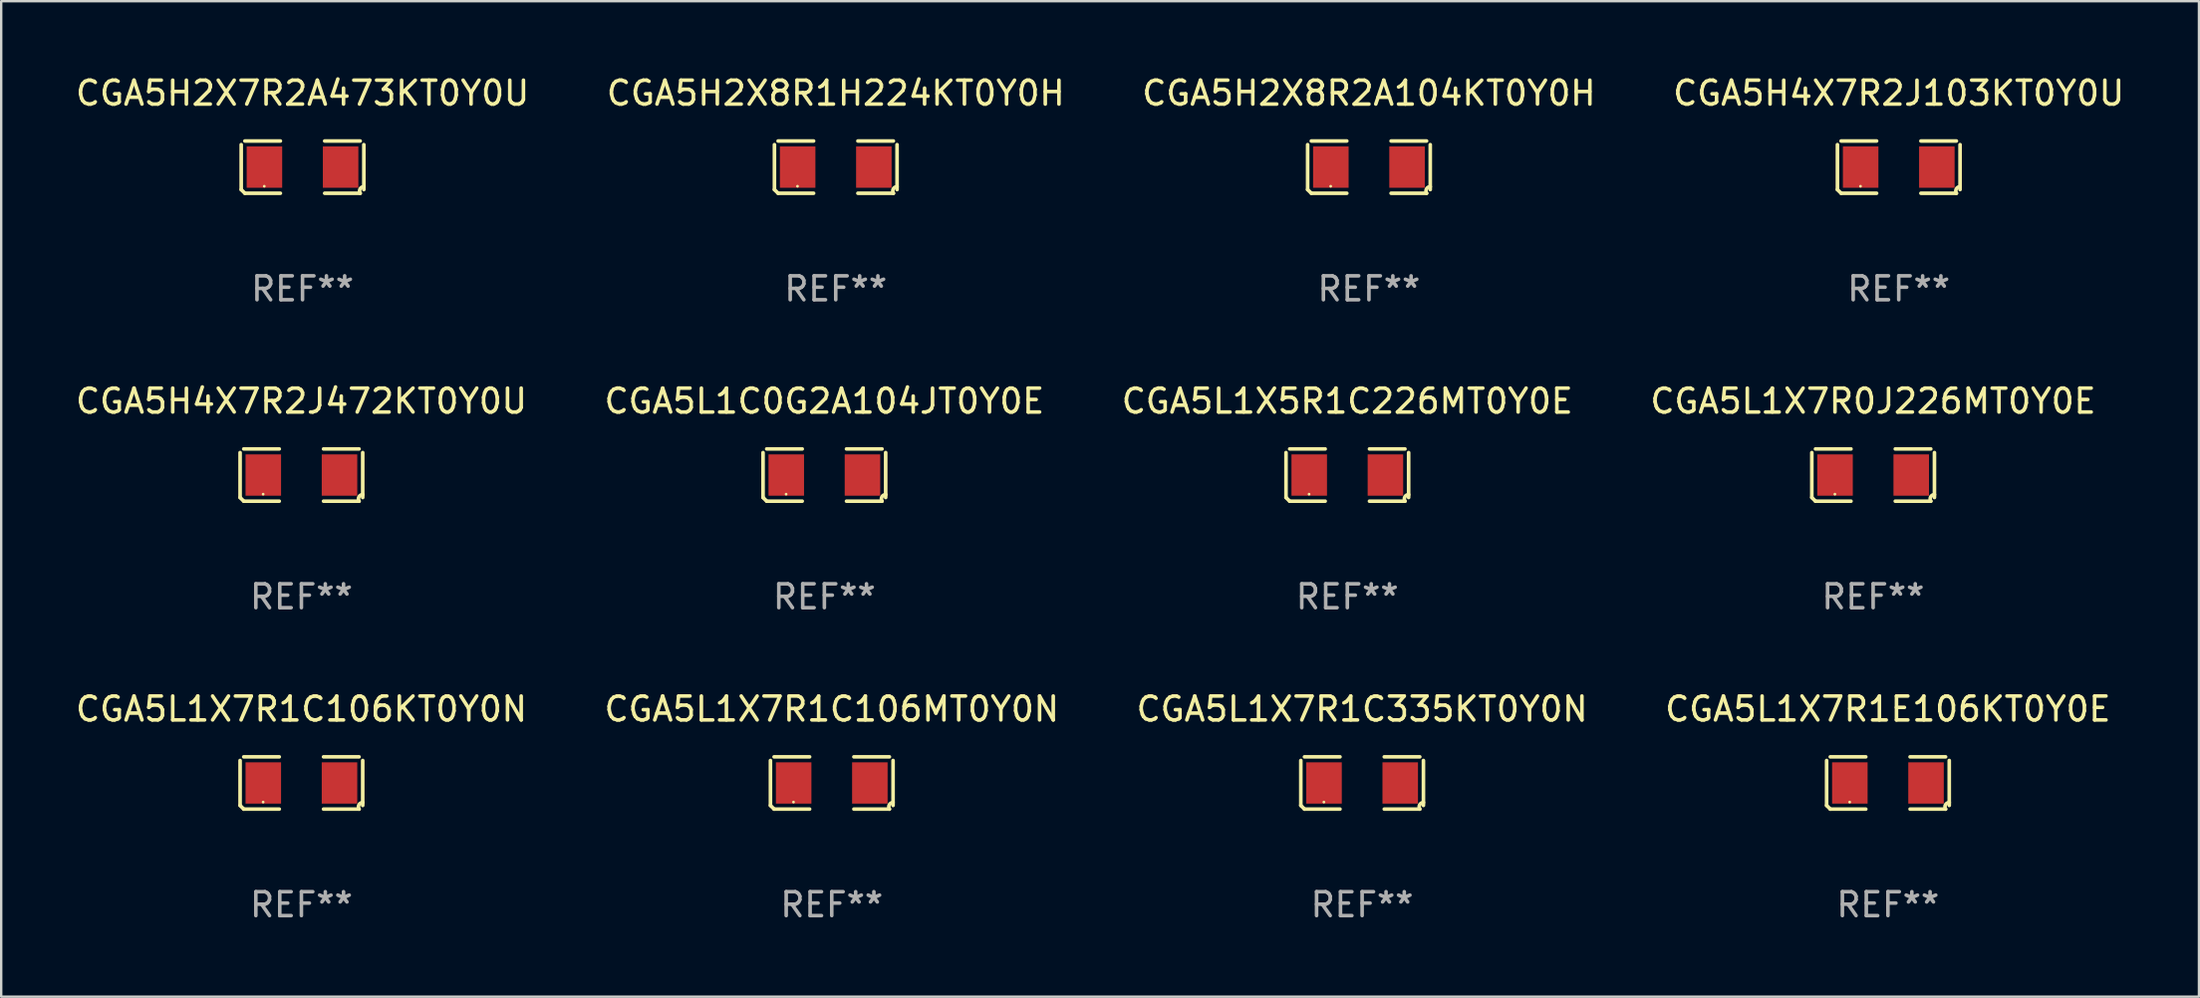
<source format=kicad_pcb>
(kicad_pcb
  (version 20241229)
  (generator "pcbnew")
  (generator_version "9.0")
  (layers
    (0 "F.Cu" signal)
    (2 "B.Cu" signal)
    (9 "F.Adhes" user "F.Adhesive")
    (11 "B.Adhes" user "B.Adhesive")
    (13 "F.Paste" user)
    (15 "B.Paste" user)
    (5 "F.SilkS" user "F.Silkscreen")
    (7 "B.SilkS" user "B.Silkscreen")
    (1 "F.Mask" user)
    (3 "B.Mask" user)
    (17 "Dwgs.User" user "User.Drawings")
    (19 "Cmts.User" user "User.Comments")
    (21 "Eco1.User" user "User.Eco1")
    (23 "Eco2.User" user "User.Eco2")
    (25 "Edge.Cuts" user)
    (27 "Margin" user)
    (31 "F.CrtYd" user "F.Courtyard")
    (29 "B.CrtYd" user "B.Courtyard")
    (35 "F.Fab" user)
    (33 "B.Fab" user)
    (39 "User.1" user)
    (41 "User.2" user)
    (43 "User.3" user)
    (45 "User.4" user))
  (footprint "CGA5H2X7R2A473KT0Y0U"
    (layer "F.Cu")
    (at 9.601 3.941)
    (property "Reference" "CGA5H2X7R2A473KT0Y0U" (at 0 -3.093 0) (layer "F.SilkS") (effects (font (size 1 1) (thickness 0.15))))
    (attr through_hole)
    (fp_line (start -2.564 0.94) (end -2.564 -0.94) (stroke (width 0.152) (type solid)) (layer "F.SilkS"))
    (fp_line (start -2.411 -1.093) (end -0.926 -1.093) (stroke (width 0.152) (type solid)) (layer "F.SilkS"))
    (fp_line (start -0.926 1.093) (end -2.411 1.093) (stroke (width 0.152) (type solid)) (layer "F.SilkS"))
    (fp_line (start 0.926 1.093) (end 2.411 1.093) (stroke (width 0.152) (type solid)) (layer "F.SilkS"))
    (fp_line (start 2.411 -1.093) (end 0.926 -1.093) (stroke (width 0.152) (type solid)) (layer "F.SilkS"))
    (fp_line (start 2.564 0.94) (end 2.564 -0.94) (stroke (width 0.152) (type solid)) (layer "F.SilkS"))
    (fp_arc (start -2.411201 1.092609) (mid -2.487413 1.01642) (end -2.563602 0.940208) (stroke (width 0.1524) (type solid)) (layer "F.SilkS"))
    (fp_arc (start 2.411201 1.092609) (mid 2.407159 0.911226) (end 2.563602 0.819347) (stroke (width 0.1524) (type solid)) (layer "F.SilkS"))
    (fp_circle (center -1.6 0.8) (end -1.57 0.8) (stroke (width 0.06) (type solid)) (fill no) (layer "F.SilkS"))
    (fp_text user "REF**" (at 0 5.093 0) (layer "F.Fab") (effects (font (size 1 1) (thickness 0.15))))
    (pad "1" smd rect (at -1.593 0) (size 1.485 1.728) (layers "F.Cu" "F.Mask" "F.Paste"))
    (pad "2" smd rect (at 1.593 0) (size 1.485 1.728) (layers "F.Cu" "F.Mask" "F.Paste")))
  (footprint "CGA5L1X7R1E106KT0Y0E"
    (layer "F.Cu")
    (at 75.899 29.704)
    (property "Reference" "CGA5L1X7R1E106KT0Y0E" (at 0 -3.093 0) (layer "F.SilkS") (effects (font (size 1 1) (thickness 0.15))))
    (attr through_hole)
    (fp_line (start -2.564 0.94) (end -2.564 -0.94) (stroke (width 0.152) (type solid)) (layer "F.SilkS"))
    (fp_line (start -2.411 -1.093) (end -0.926 -1.093) (stroke (width 0.152) (type solid)) (layer "F.SilkS"))
    (fp_line (start -0.926 1.093) (end -2.411 1.093) (stroke (width 0.152) (type solid)) (layer "F.SilkS"))
    (fp_line (start 0.926 1.093) (end 2.411 1.093) (stroke (width 0.152) (type solid)) (layer "F.SilkS"))
    (fp_line (start 2.411 -1.093) (end 0.926 -1.093) (stroke (width 0.152) (type solid)) (layer "F.SilkS"))
    (fp_line (start 2.564 0.94) (end 2.564 -0.94) (stroke (width 0.152) (type solid)) (layer "F.SilkS"))
    (fp_arc (start -2.411201 1.092609) (mid -2.487413 1.01642) (end -2.563602 0.940208) (stroke (width 0.1524) (type solid)) (layer "F.SilkS"))
    (fp_arc (start 2.411201 1.092609) (mid 2.407159 0.911226) (end 2.563602 0.819347) (stroke (width 0.1524) (type solid)) (layer "F.SilkS"))
    (fp_circle (center -1.6 0.8) (end -1.57 0.8) (stroke (width 0.06) (type solid)) (fill no) (layer "F.SilkS"))
    (fp_text user "REF**" (at 0 5.093 0) (layer "F.Fab") (effects (font (size 1 1) (thickness 0.15))))
    (pad "1" smd rect (at -1.593 0) (size 1.485 1.728) (layers "F.Cu" "F.Mask" "F.Paste"))
    (pad "2" smd rect (at 1.593 0) (size 1.485 1.728) (layers "F.Cu" "F.Mask" "F.Paste")))
  (footprint "CGA5H2X8R1H224KT0Y0H"
    (layer "F.Cu")
    (at 31.899 3.941)
    (property "Reference" "CGA5H2X8R1H224KT0Y0H" (at 0 -3.093 0) (layer "F.SilkS") (effects (font (size 1 1) (thickness 0.15))))
    (attr through_hole)
    (fp_line (start -2.564 0.94) (end -2.564 -0.94) (stroke (width 0.152) (type solid)) (layer "F.SilkS"))
    (fp_line (start -2.411 -1.093) (end -0.926 -1.093) (stroke (width 0.152) (type solid)) (layer "F.SilkS"))
    (fp_line (start -0.926 1.093) (end -2.411 1.093) (stroke (width 0.152) (type solid)) (layer "F.SilkS"))
    (fp_line (start 0.926 1.093) (end 2.411 1.093) (stroke (width 0.152) (type solid)) (layer "F.SilkS"))
    (fp_line (start 2.411 -1.093) (end 0.926 -1.093) (stroke (width 0.152) (type solid)) (layer "F.SilkS"))
    (fp_line (start 2.564 0.94) (end 2.564 -0.94) (stroke (width 0.152) (type solid)) (layer "F.SilkS"))
    (fp_arc (start -2.411201 1.092609) (mid -2.487413 1.01642) (end -2.563602 0.940208) (stroke (width 0.1524) (type solid)) (layer "F.SilkS"))
    (fp_arc (start 2.411201 1.092609) (mid 2.407159 0.911226) (end 2.563602 0.819347) (stroke (width 0.1524) (type solid)) (layer "F.SilkS"))
    (fp_circle (center -1.6 0.8) (end -1.57 0.8) (stroke (width 0.06) (type solid)) (fill no) (layer "F.SilkS"))
    (fp_text user "REF**" (at 0 5.093 0) (layer "F.Fab") (effects (font (size 1 1) (thickness 0.15))))
    (pad "1" smd rect (at -1.593 0) (size 1.485 1.728) (layers "F.Cu" "F.Mask" "F.Paste"))
    (pad "2" smd rect (at 1.593 0) (size 1.485 1.728) (layers "F.Cu" "F.Mask" "F.Paste")))
  (footprint "CGA5L1C0G2A104JT0Y0E"
    (layer "F.Cu")
    (at 31.423 16.823)
    (property "Reference" "CGA5L1C0G2A104JT0Y0E" (at 0 -3.093 0) (layer "F.SilkS") (effects (font (size 1 1) (thickness 0.15))))
    (attr through_hole)
    (fp_line (start -2.564 0.94) (end -2.564 -0.94) (stroke (width 0.152) (type solid)) (layer "F.SilkS"))
    (fp_line (start -2.411 -1.093) (end -0.926 -1.093) (stroke (width 0.152) (type solid)) (layer "F.SilkS"))
    (fp_line (start -0.926 1.093) (end -2.411 1.093) (stroke (width 0.152) (type solid)) (layer "F.SilkS"))
    (fp_line (start 0.926 1.093) (end 2.411 1.093) (stroke (width 0.152) (type solid)) (layer "F.SilkS"))
    (fp_line (start 2.411 -1.093) (end 0.926 -1.093) (stroke (width 0.152) (type solid)) (layer "F.SilkS"))
    (fp_line (start 2.564 0.94) (end 2.564 -0.94) (stroke (width 0.152) (type solid)) (layer "F.SilkS"))
    (fp_arc (start -2.411201 1.092609) (mid -2.487413 1.01642) (end -2.563602 0.940208) (stroke (width 0.1524) (type solid)) (layer "F.SilkS"))
    (fp_arc (start 2.411201 1.092609) (mid 2.407159 0.911226) (end 2.563602 0.819347) (stroke (width 0.1524) (type solid)) (layer "F.SilkS"))
    (fp_circle (center -1.6 0.8) (end -1.57 0.8) (stroke (width 0.06) (type solid)) (fill no) (layer "F.SilkS"))
    (fp_text user "REF**" (at 0 5.093 0) (layer "F.Fab") (effects (font (size 1 1) (thickness 0.15))))
    (pad "1" smd rect (at -1.593 0) (size 1.485 1.728) (layers "F.Cu" "F.Mask" "F.Paste"))
    (pad "2" smd rect (at 1.593 0) (size 1.485 1.728) (layers "F.Cu" "F.Mask" "F.Paste")))
  (footprint "CGA5L1X7R1C106KT0Y0N"
    (layer "F.Cu")
    (at 9.554 29.704)
    (property "Reference" "CGA5L1X7R1C106KT0Y0N" (at 0 -3.093 0) (layer "F.SilkS") (effects (font (size 1 1) (thickness 0.15))))
    (attr through_hole)
    (fp_line (start -2.564 0.94) (end -2.564 -0.94) (stroke (width 0.152) (type solid)) (layer "F.SilkS"))
    (fp_line (start -2.411 -1.093) (end -0.926 -1.093) (stroke (width 0.152) (type solid)) (layer "F.SilkS"))
    (fp_line (start -0.926 1.093) (end -2.411 1.093) (stroke (width 0.152) (type solid)) (layer "F.SilkS"))
    (fp_line (start 0.926 1.093) (end 2.411 1.093) (stroke (width 0.152) (type solid)) (layer "F.SilkS"))
    (fp_line (start 2.411 -1.093) (end 0.926 -1.093) (stroke (width 0.152) (type solid)) (layer "F.SilkS"))
    (fp_line (start 2.564 0.94) (end 2.564 -0.94) (stroke (width 0.152) (type solid)) (layer "F.SilkS"))
    (fp_arc (start -2.411201 1.092609) (mid -2.487413 1.01642) (end -2.563602 0.940208) (stroke (width 0.1524) (type solid)) (layer "F.SilkS"))
    (fp_arc (start 2.411201 1.092609) (mid 2.407159 0.911226) (end 2.563602 0.819347) (stroke (width 0.1524) (type solid)) (layer "F.SilkS"))
    (fp_circle (center -1.6 0.8) (end -1.57 0.8) (stroke (width 0.06) (type solid)) (fill no) (layer "F.SilkS"))
    (fp_text user "REF**" (at 0 5.093 0) (layer "F.Fab") (effects (font (size 1 1) (thickness 0.15))))
    (pad "1" smd rect (at -1.593 0) (size 1.485 1.728) (layers "F.Cu" "F.Mask" "F.Paste"))
    (pad "2" smd rect (at 1.593 0) (size 1.485 1.728) (layers "F.Cu" "F.Mask" "F.Paste")))
  (footprint "CGA5H4X7R2J103KT0Y0U"
    (layer "F.Cu")
    (at 76.351 3.941)
    (property "Reference" "CGA5H4X7R2J103KT0Y0U" (at 0 -3.093 0) (layer "F.SilkS") (effects (font (size 1 1) (thickness 0.15))))
    (attr through_hole)
    (fp_line (start -2.564 0.94) (end -2.564 -0.94) (stroke (width 0.152) (type solid)) (layer "F.SilkS"))
    (fp_line (start -2.411 -1.093) (end -0.926 -1.093) (stroke (width 0.152) (type solid)) (layer "F.SilkS"))
    (fp_line (start -0.926 1.093) (end -2.411 1.093) (stroke (width 0.152) (type solid)) (layer "F.SilkS"))
    (fp_line (start 0.926 1.093) (end 2.411 1.093) (stroke (width 0.152) (type solid)) (layer "F.SilkS"))
    (fp_line (start 2.411 -1.093) (end 0.926 -1.093) (stroke (width 0.152) (type solid)) (layer "F.SilkS"))
    (fp_line (start 2.564 0.94) (end 2.564 -0.94) (stroke (width 0.152) (type solid)) (layer "F.SilkS"))
    (fp_arc (start -2.411201 1.092609) (mid -2.487413 1.01642) (end -2.563602 0.940208) (stroke (width 0.1524) (type solid)) (layer "F.SilkS"))
    (fp_arc (start 2.411201 1.092609) (mid 2.407159 0.911226) (end 2.563602 0.819347) (stroke (width 0.1524) (type solid)) (layer "F.SilkS"))
    (fp_circle (center -1.6 0.8) (end -1.57 0.8) (stroke (width 0.06) (type solid)) (fill no) (layer "F.SilkS"))
    (fp_text user "REF**" (at 0 5.093 0) (layer "F.Fab") (effects (font (size 1 1) (thickness 0.15))))
    (pad "1" smd rect (at -1.593 0) (size 1.485 1.728) (layers "F.Cu" "F.Mask" "F.Paste"))
    (pad "2" smd rect (at 1.593 0) (size 1.485 1.728) (layers "F.Cu" "F.Mask" "F.Paste")))
  (footprint "CGA5L1X5R1C226MT0Y0E"
    (layer "F.Cu")
    (at 53.292 16.823)
    (property "Reference" "CGA5L1X5R1C226MT0Y0E" (at 0 -3.093 0) (layer "F.SilkS") (effects (font (size 1 1) (thickness 0.15))))
    (attr through_hole)
    (fp_line (start -2.564 0.94) (end -2.564 -0.94) (stroke (width 0.152) (type solid)) (layer "F.SilkS"))
    (fp_line (start -2.411 -1.093) (end -0.926 -1.093) (stroke (width 0.152) (type solid)) (layer "F.SilkS"))
    (fp_line (start -0.926 1.093) (end -2.411 1.093) (stroke (width 0.152) (type solid)) (layer "F.SilkS"))
    (fp_line (start 0.926 1.093) (end 2.411 1.093) (stroke (width 0.152) (type solid)) (layer "F.SilkS"))
    (fp_line (start 2.411 -1.093) (end 0.926 -1.093) (stroke (width 0.152) (type solid)) (layer "F.SilkS"))
    (fp_line (start 2.564 0.94) (end 2.564 -0.94) (stroke (width 0.152) (type solid)) (layer "F.SilkS"))
    (fp_arc (start -2.411201 1.092609) (mid -2.487413 1.01642) (end -2.563602 0.940208) (stroke (width 0.1524) (type solid)) (layer "F.SilkS"))
    (fp_arc (start 2.411201 1.092609) (mid 2.407159 0.911226) (end 2.563602 0.819347) (stroke (width 0.1524) (type solid)) (layer "F.SilkS"))
    (fp_circle (center -1.6 0.8) (end -1.57 0.8) (stroke (width 0.06) (type solid)) (fill no) (layer "F.SilkS"))
    (fp_text user "REF**" (at 0 5.093 0) (layer "F.Fab") (effects (font (size 1 1) (thickness 0.15))))
    (pad "1" smd rect (at -1.593 0) (size 1.485 1.728) (layers "F.Cu" "F.Mask" "F.Paste"))
    (pad "2" smd rect (at 1.593 0) (size 1.485 1.728) (layers "F.Cu" "F.Mask" "F.Paste")))
  (footprint "CGA5H4X7R2J472KT0Y0U"
    (layer "F.Cu")
    (at 9.554 16.823)
    (property "Reference" "CGA5H4X7R2J472KT0Y0U" (at 0 -3.093 0) (layer "F.SilkS") (effects (font (size 1 1) (thickness 0.15))))
    (attr through_hole)
    (fp_line (start -2.564 0.94) (end -2.564 -0.94) (stroke (width 0.152) (type solid)) (layer "F.SilkS"))
    (fp_line (start -2.411 -1.093) (end -0.926 -1.093) (stroke (width 0.152) (type solid)) (layer "F.SilkS"))
    (fp_line (start -0.926 1.093) (end -2.411 1.093) (stroke (width 0.152) (type solid)) (layer "F.SilkS"))
    (fp_line (start 0.926 1.093) (end 2.411 1.093) (stroke (width 0.152) (type solid)) (layer "F.SilkS"))
    (fp_line (start 2.411 -1.093) (end 0.926 -1.093) (stroke (width 0.152) (type solid)) (layer "F.SilkS"))
    (fp_line (start 2.564 0.94) (end 2.564 -0.94) (stroke (width 0.152) (type solid)) (layer "F.SilkS"))
    (fp_arc (start -2.411201 1.092609) (mid -2.487413 1.01642) (end -2.563602 0.940208) (stroke (width 0.1524) (type solid)) (layer "F.SilkS"))
    (fp_arc (start 2.411201 1.092609) (mid 2.407159 0.911226) (end 2.563602 0.819347) (stroke (width 0.1524) (type solid)) (layer "F.SilkS"))
    (fp_circle (center -1.6 0.8) (end -1.57 0.8) (stroke (width 0.06) (type solid)) (fill no) (layer "F.SilkS"))
    (fp_text user "REF**" (at 0 5.093 0) (layer "F.Fab") (effects (font (size 1 1) (thickness 0.15))))
    (pad "1" smd rect (at -1.593 0) (size 1.485 1.728) (layers "F.Cu" "F.Mask" "F.Paste"))
    (pad "2" smd rect (at 1.593 0) (size 1.485 1.728) (layers "F.Cu" "F.Mask" "F.Paste")))
  (footprint "CGA5L1X7R1C335KT0Y0N"
    (layer "F.Cu")
    (at 53.911 29.704)
    (property "Reference" "CGA5L1X7R1C335KT0Y0N" (at 0 -3.093 0) (layer "F.SilkS") (effects (font (size 1 1) (thickness 0.15))))
    (attr through_hole)
    (fp_line (start -2.564 0.94) (end -2.564 -0.94) (stroke (width 0.152) (type solid)) (layer "F.SilkS"))
    (fp_line (start -2.411 -1.093) (end -0.926 -1.093) (stroke (width 0.152) (type solid)) (layer "F.SilkS"))
    (fp_line (start -0.926 1.093) (end -2.411 1.093) (stroke (width 0.152) (type solid)) (layer "F.SilkS"))
    (fp_line (start 0.926 1.093) (end 2.411 1.093) (stroke (width 0.152) (type solid)) (layer "F.SilkS"))
    (fp_line (start 2.411 -1.093) (end 0.926 -1.093) (stroke (width 0.152) (type solid)) (layer "F.SilkS"))
    (fp_line (start 2.564 0.94) (end 2.564 -0.94) (stroke (width 0.152) (type solid)) (layer "F.SilkS"))
    (fp_arc (start -2.411201 1.092609) (mid -2.487413 1.01642) (end -2.563602 0.940208) (stroke (width 0.1524) (type solid)) (layer "F.SilkS"))
    (fp_arc (start 2.411201 1.092609) (mid 2.407159 0.911226) (end 2.563602 0.819347) (stroke (width 0.1524) (type solid)) (layer "F.SilkS"))
    (fp_circle (center -1.6 0.8) (end -1.57 0.8) (stroke (width 0.06) (type solid)) (fill no) (layer "F.SilkS"))
    (fp_text user "REF**" (at 0 5.093 0) (layer "F.Fab") (effects (font (size 1 1) (thickness 0.15))))
    (pad "1" smd rect (at -1.593 0) (size 1.485 1.728) (layers "F.Cu" "F.Mask" "F.Paste"))
    (pad "2" smd rect (at 1.593 0) (size 1.485 1.728) (layers "F.Cu" "F.Mask" "F.Paste")))
  (footprint "CGA5L1X7R1C106MT0Y0N"
    (layer "F.Cu")
    (at 31.732 29.704)
    (property "Reference" "CGA5L1X7R1C106MT0Y0N" (at 0 -3.093 0) (layer "F.SilkS") (effects (font (size 1 1) (thickness 0.15))))
    (attr through_hole)
    (fp_line (start -2.564 0.94) (end -2.564 -0.94) (stroke (width 0.152) (type solid)) (layer "F.SilkS"))
    (fp_line (start -2.411 -1.093) (end -0.926 -1.093) (stroke (width 0.152) (type solid)) (layer "F.SilkS"))
    (fp_line (start -0.926 1.093) (end -2.411 1.093) (stroke (width 0.152) (type solid)) (layer "F.SilkS"))
    (fp_line (start 0.926 1.093) (end 2.411 1.093) (stroke (width 0.152) (type solid)) (layer "F.SilkS"))
    (fp_line (start 2.411 -1.093) (end 0.926 -1.093) (stroke (width 0.152) (type solid)) (layer "F.SilkS"))
    (fp_line (start 2.564 0.94) (end 2.564 -0.94) (stroke (width 0.152) (type solid)) (layer "F.SilkS"))
    (fp_arc (start -2.411201 1.092609) (mid -2.487413 1.01642) (end -2.563602 0.940208) (stroke (width 0.1524) (type solid)) (layer "F.SilkS"))
    (fp_arc (start 2.411201 1.092609) (mid 2.407159 0.911226) (end 2.563602 0.819347) (stroke (width 0.1524) (type solid)) (layer "F.SilkS"))
    (fp_circle (center -1.6 0.8) (end -1.57 0.8) (stroke (width 0.06) (type solid)) (fill no) (layer "F.SilkS"))
    (fp_text user "REF**" (at 0 5.093 0) (layer "F.Fab") (effects (font (size 1 1) (thickness 0.15))))
    (pad "1" smd rect (at -1.593 0) (size 1.485 1.728) (layers "F.Cu" "F.Mask" "F.Paste"))
    (pad "2" smd rect (at 1.593 0) (size 1.485 1.728) (layers "F.Cu" "F.Mask" "F.Paste")))
  (footprint "CGA5H2X8R2A104KT0Y0H"
    (layer "F.Cu")
    (at 54.196 3.941)
    (property "Reference" "CGA5H2X8R2A104KT0Y0H" (at 0 -3.093 0) (layer "F.SilkS") (effects (font (size 1 1) (thickness 0.15))))
    (attr through_hole)
    (fp_line (start -2.564 0.94) (end -2.564 -0.94) (stroke (width 0.152) (type solid)) (layer "F.SilkS"))
    (fp_line (start -2.411 -1.093) (end -0.926 -1.093) (stroke (width 0.152) (type solid)) (layer "F.SilkS"))
    (fp_line (start -0.926 1.093) (end -2.411 1.093) (stroke (width 0.152) (type solid)) (layer "F.SilkS"))
    (fp_line (start 0.926 1.093) (end 2.411 1.093) (stroke (width 0.152) (type solid)) (layer "F.SilkS"))
    (fp_line (start 2.411 -1.093) (end 0.926 -1.093) (stroke (width 0.152) (type solid)) (layer "F.SilkS"))
    (fp_line (start 2.564 0.94) (end 2.564 -0.94) (stroke (width 0.152) (type solid)) (layer "F.SilkS"))
    (fp_arc (start -2.411201 1.092609) (mid -2.487413 1.01642) (end -2.563602 0.940208) (stroke (width 0.1524) (type solid)) (layer "F.SilkS"))
    (fp_arc (start 2.411201 1.092609) (mid 2.407159 0.911226) (end 2.563602 0.819347) (stroke (width 0.1524) (type solid)) (layer "F.SilkS"))
    (fp_circle (center -1.6 0.8) (end -1.57 0.8) (stroke (width 0.06) (type solid)) (fill no) (layer "F.SilkS"))
    (fp_text user "REF**" (at 0 5.093 0) (layer "F.Fab") (effects (font (size 1 1) (thickness 0.15))))
    (pad "1" smd rect (at -1.593 0) (size 1.485 1.728) (layers "F.Cu" "F.Mask" "F.Paste"))
    (pad "2" smd rect (at 1.593 0) (size 1.485 1.728) (layers "F.Cu" "F.Mask" "F.Paste")))
  (footprint "CGA5L1X7R0J226MT0Y0E"
    (layer "F.Cu")
    (at 75.28 16.823)
    (property "Reference" "CGA5L1X7R0J226MT0Y0E" (at 0 -3.093 0) (layer "F.SilkS") (effects (font (size 1 1) (thickness 0.15))))
    (attr through_hole)
    (fp_line (start -2.564 0.94) (end -2.564 -0.94) (stroke (width 0.152) (type solid)) (layer "F.SilkS"))
    (fp_line (start -2.411 -1.093) (end -0.926 -1.093) (stroke (width 0.152) (type solid)) (layer "F.SilkS"))
    (fp_line (start -0.926 1.093) (end -2.411 1.093) (stroke (width 0.152) (type solid)) (layer "F.SilkS"))
    (fp_line (start 0.926 1.093) (end 2.411 1.093) (stroke (width 0.152) (type solid)) (layer "F.SilkS"))
    (fp_line (start 2.411 -1.093) (end 0.926 -1.093) (stroke (width 0.152) (type solid)) (layer "F.SilkS"))
    (fp_line (start 2.564 0.94) (end 2.564 -0.94) (stroke (width 0.152) (type solid)) (layer "F.SilkS"))
    (fp_arc (start -2.411201 1.092609) (mid -2.487413 1.01642) (end -2.563602 0.940208) (stroke (width 0.1524) (type solid)) (layer "F.SilkS"))
    (fp_arc (start 2.411201 1.092609) (mid 2.407159 0.911226) (end 2.563602 0.819347) (stroke (width 0.1524) (type solid)) (layer "F.SilkS"))
    (fp_circle (center -1.6 0.8) (end -1.57 0.8) (stroke (width 0.06) (type solid)) (fill no) (layer "F.SilkS"))
    (fp_text user "REF**" (at 0 5.093 0) (layer "F.Fab") (effects (font (size 1 1) (thickness 0.15))))
    (pad "1" smd rect (at -1.593 0) (size 1.485 1.728) (layers "F.Cu" "F.Mask" "F.Paste"))
    (pad "2" smd rect (at 1.593 0) (size 1.485 1.728) (layers "F.Cu" "F.Mask" "F.Paste")))
  (gr_rect
    (start -3 -3)
    (end 88.905 38.645)
    (stroke (width 0.1) (type default))
    (fill no)
    (layer "Edge.Cuts")))
</source>
